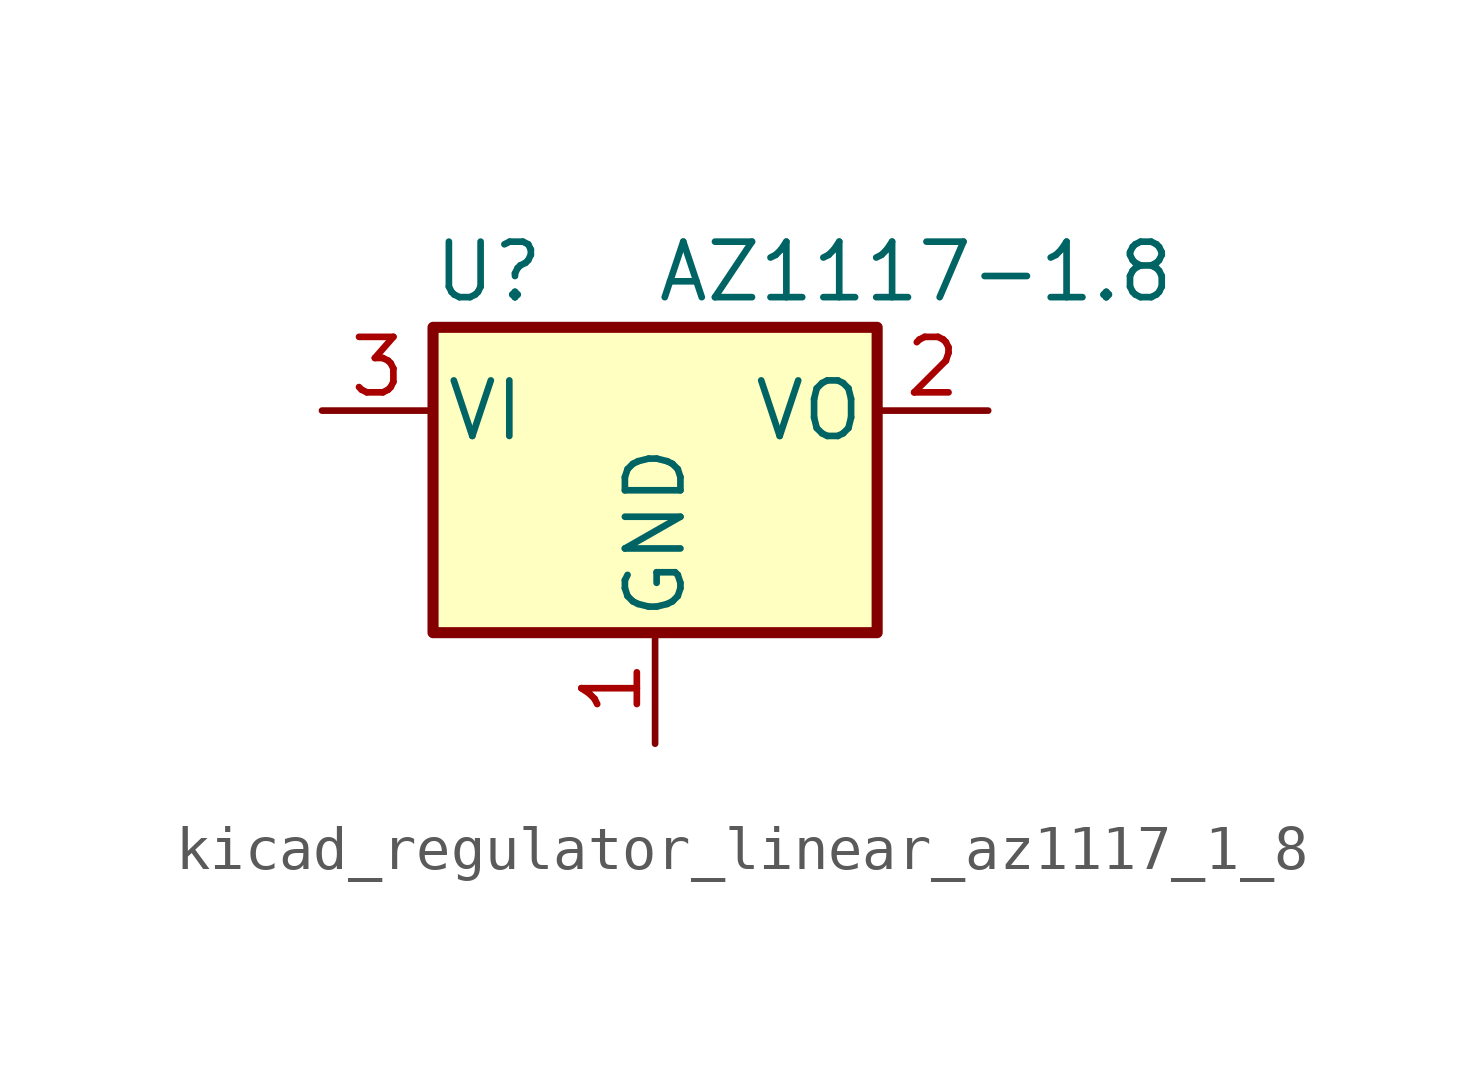
<source format=kicad_sym>
(kicad_symbol_lib
  (version 20220914)
  (generator kicad_symbol_editor)
  (symbol "kicad_regulator_linear_az1117_1_8"
    (pin_names
      (offset 0.254))
    (property "Reference" "U"
      (at -3.81 3.175 0)
      (effects (font (size 1.27 1.27))))
    (property "Value" "AZ1117-1.8"
      (at 0 3.175 0)
      (effects (font (size 1.27 1.27)) (justify left)))
    (symbol "kicad_regulator_linear_az1117_1_8_0_1"
      (rectangle (start -5.08 1.905) (end 5.08 -5.08) (stroke (width 0.254) (type default)) (fill (type background))))
    (symbol "kicad_regulator_linear_az1117_1_8_1_1"
      (pin power_in line (at 0 -7.62 90) (length 2.54) (name "GND" (effects (font (size 1.27 1.27)))) (number "1" (effects (font (size 1.27 1.27)))))
      (pin power_out line (at 7.62 0 180) (length 2.54) (name "VO" (effects (font (size 1.27 1.27)))) (number "2" (effects (font (size 1.27 1.27)))))
      (pin power_in line (at -7.62 0 0) (length 2.54) (name "VI" (effects (font (size 1.27 1.27)))) (number "3" (effects (font (size 1.27 1.27))))))))
</source>
